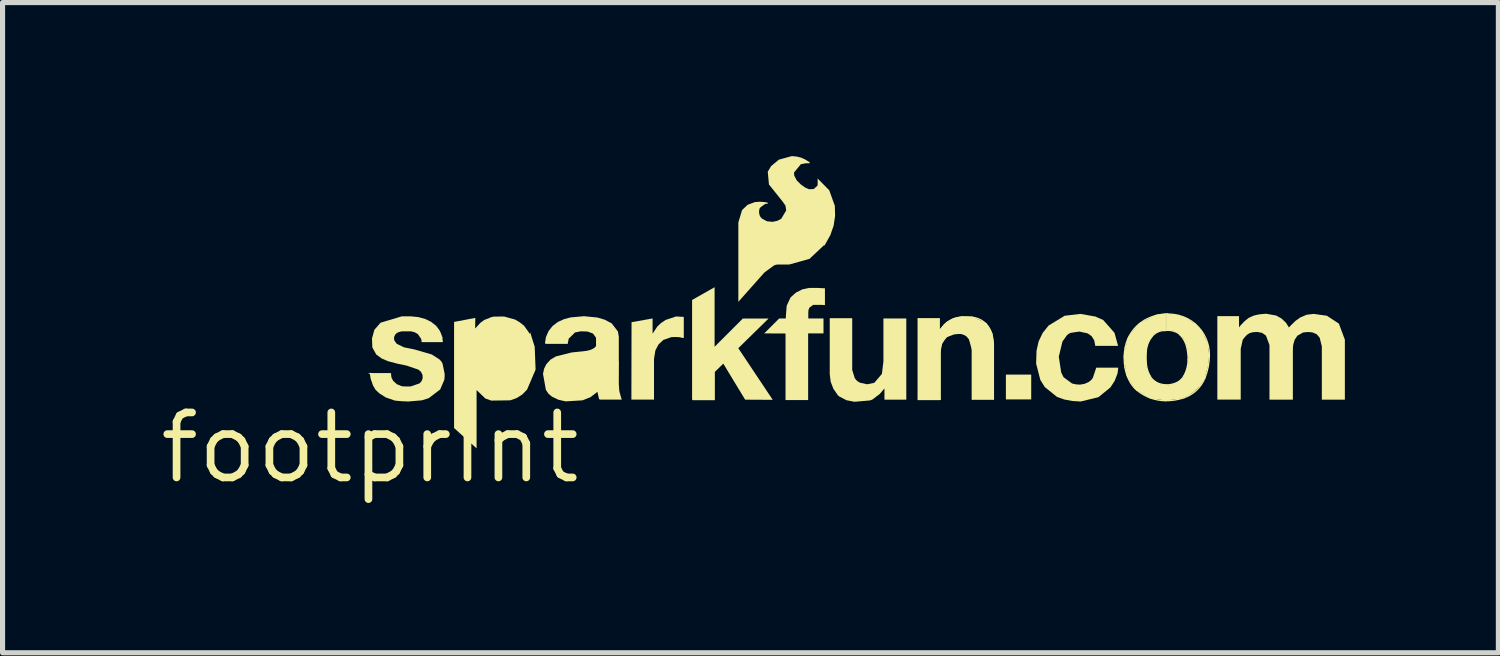
<source format=kicad_pcb>
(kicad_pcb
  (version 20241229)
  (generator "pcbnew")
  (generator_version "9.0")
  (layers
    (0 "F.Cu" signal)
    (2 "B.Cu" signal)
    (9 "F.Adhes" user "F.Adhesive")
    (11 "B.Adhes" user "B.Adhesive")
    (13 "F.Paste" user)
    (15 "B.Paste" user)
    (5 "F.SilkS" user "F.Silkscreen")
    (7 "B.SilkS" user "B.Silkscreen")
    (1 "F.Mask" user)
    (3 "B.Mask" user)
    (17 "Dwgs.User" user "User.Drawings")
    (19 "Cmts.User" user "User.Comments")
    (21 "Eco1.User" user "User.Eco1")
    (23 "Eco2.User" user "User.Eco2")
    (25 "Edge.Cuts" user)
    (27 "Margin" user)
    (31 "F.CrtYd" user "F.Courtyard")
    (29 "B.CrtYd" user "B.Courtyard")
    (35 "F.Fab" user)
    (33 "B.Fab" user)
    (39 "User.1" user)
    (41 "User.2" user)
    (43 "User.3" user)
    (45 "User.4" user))
  (footprint "footprint"
    (layer "F.Cu")
    (at 4.18 5.7)
    (property "Reference" "footprint" (at 0 0 0) (layer "F.SilkS") (effects (font (size 1.27 1.27) (thickness 0.15))))
    (fp_line (start 10.716 -2.517) (end 11.12 -2.517) (stroke (width 0.025) (type solid)) (layer "F.SilkS"))
    (fp_line (start 10.716 -0.945) (end 10.716 -2.517) (stroke (width 0.025) (type solid)) (layer "F.SilkS"))
    (fp_line (start 11.12 -2.517) (end 11.12 -2.296) (stroke (width 0.025) (type solid)) (layer "F.SilkS"))
    (fp_line (start 11.12 -2.296) (end 11.128 -2.296) (stroke (width 0.025) (type solid)) (layer "F.SilkS"))
    (fp_line (start 11.138 -1.814) (end 11.138 -0.945) (stroke (width 0.025) (type solid)) (layer "F.SilkS"))
    (fp_line (start 11.138 -0.945) (end 10.716 -0.945) (stroke (width 0.025) (type solid)) (layer "F.SilkS"))
    (fp_line (start 11.773 -0.955) (end 11.773 -1.92) (stroke (width 0.025) (type solid)) (layer "F.SilkS"))
    (fp_line (start 12.182 -2.009) (end 12.182 -0.955) (stroke (width 0.025) (type solid)) (layer "F.SilkS"))
    (fp_line (start 12.182 -0.955) (end 11.773 -0.955) (stroke (width 0.025) (type solid)) (layer "F.SilkS"))
    (fp_line (start 15.55 -2.614) (end 15.55 -2.291) (stroke (width 0.025) (type solid)) (layer "F.SilkS"))
    (fp_line (start 15.55 -2.291) (end 15.527 -2.291) (stroke (width 0.025) (type solid)) (layer "F.SilkS"))
    (fp_line (start 15.57 -2.614) (end 15.585 -2.614) (stroke (width 0.025) (type solid)) (layer "F.SilkS"))
    (fp_line (start 15.57 -2.296) (end 15.57 -2.614) (stroke (width 0.025) (type solid)) (layer "F.SilkS"))
    (fp_arc (start 11.1379 -1.8821) (mid 11.146106 -1.962214) (end 11.1684 -2.0396) (stroke (width 0.0254) (type solid)) (layer "F.SilkS"))
    (fp_arc (start 11.1379 -1.8136) (mid 11.137681 -1.84785) (end 11.1379 -1.8821) (stroke (width 0.0254) (type solid)) (layer "F.SilkS"))
    (fp_arc (start 11.1455 -2.3038) (mid 11.137379 -2.298176) (end 11.1277 -2.2962) (stroke (width 0.0254) (type solid)) (layer "F.SilkS"))
    (fp_arc (start 11.1582 -2.319) (mid 11.152103 -2.311188) (end 11.1455 -2.3038) (stroke (width 0.0254) (type solid)) (layer "F.SilkS"))
    (fp_arc (start 11.1582 -2.319) (mid 11.172158 -2.338081) (end 11.1862 -2.3571) (stroke (width 0.0254) (type solid)) (layer "F.SilkS"))
    (fp_arc (start 11.1684 -2.0396) (mid 11.206138 -2.110015) (end 11.2598 -2.1692) (stroke (width 0.0254) (type solid)) (layer "F.SilkS"))
    (fp_arc (start 11.1862 -2.3571) (mid 11.2264 -2.404414) (end 11.2725 -2.446) (stroke (width 0.0254) (type solid)) (layer "F.SilkS"))
    (fp_arc (start 11.259799 -2.1692) (mid 11.334441 -2.214452) (end 11.4198 -2.2327) (stroke (width 0.0254) (type solid)) (layer "F.SilkS"))
    (fp_arc (start 11.2725 -2.446) (mid 11.411238 -2.52384) (end 11.5672 -2.5552) (stroke (width 0.0254) (type solid)) (layer "F.SilkS"))
    (fp_arc (start 11.5316 -2.2377) (mid 11.475702 -2.235165) (end 11.4198 -2.2327) (stroke (width 0.0254) (type solid)) (layer "F.SilkS"))
    (fp_arc (start 11.5316 -2.2377) (mid 11.565101 -2.235924) (end 11.5976 -2.2276) (stroke (width 0.0254) (type solid)) (layer "F.SilkS"))
    (fp_arc (start 11.5672 -2.5552) (mid 11.667584 -2.556058) (end 11.7678 -2.5502) (stroke (width 0.0254) (type solid)) (layer "F.SilkS"))
    (fp_arc (start 11.5976 -2.2276) (mid 11.664346 -2.1894) (end 11.7145 -2.1311) (stroke (width 0.0254) (type solid)) (layer "F.SilkS"))
    (fp_arc (start 11.7145 -2.1311) (mid 11.758038 -2.02962) (end 11.7729 -1.9202) (stroke (width 0.0254) (type solid)) (layer "F.SilkS"))
    (fp_arc (start 11.7678 -2.5502) (mid 11.911985 -2.511161) (end 12.0345 -2.425699) (stroke (width 0.0254) (type solid)) (layer "F.SilkS"))
    (fp_arc (start 12.0345 -2.4257) (mid 12.104013 -2.336521) (end 12.1488 -2.232699) (stroke (width 0.0254) (type solid)) (layer "F.SilkS"))
    (fp_arc (start 12.1488 -2.2327) (mid 12.172766 -2.122002) (end 12.1818 -2.0091) (stroke (width 0.0254) (type solid)) (layer "F.SilkS"))
    (fp_arc (start 14.7523 -1.5672) (mid 14.737287 -1.759061) (end 14.7549 -1.9507) (stroke (width 0.0254) (type solid)) (layer "F.SilkS"))
    (fp_arc (start 14.7549 -1.9507) (mid 14.882786 -2.260687) (end 15.128201 -2.4892) (stroke (width 0.0254) (type solid)) (layer "F.SilkS"))
    (fp_arc (start 14.8615 -1.27) (mid 14.792796 -1.413418) (end 14.7523 -1.5672) (stroke (width 0.0254) (type solid)) (layer "F.SilkS"))
    (fp_arc (start 14.9911 -1.1201) (mid 14.919858 -1.189481) (end 14.8615 -1.27) (stroke (width 0.0254) (type solid)) (layer "F.SilkS"))
    (fp_arc (start 15.1282 -2.4892) (mid 15.331296 -2.577713) (end 15.5499 -2.6137) (stroke (width 0.0254) (type solid)) (layer "F.SilkS"))
    (fp_arc (start 15.168899 -1.8847) (mid 15.20247 -2.035022) (end 15.2781 -2.1692) (stroke (width 0.0254) (type solid)) (layer "F.SilkS"))
    (fp_arc (start 15.1714 -1.6383) (mid 15.165026 -1.761448) (end 15.1689 -1.8847) (stroke (width 0.0254) (type solid)) (layer "F.SilkS"))
    (fp_arc (start 15.24 -1.4097) (mid 15.194331 -1.520588) (end 15.1714 -1.6383) (stroke (width 0.0254) (type solid)) (layer "F.SilkS"))
    (fp_arc (start 15.278099 -2.1692) (mid 15.388433 -2.258974) (end 15.527 -2.2911) (stroke (width 0.0254) (type solid)) (layer "F.SilkS"))
    (fp_arc (start 15.428 -1.2522) (mid 15.31871 -1.312699) (end 15.24 -1.4097) (stroke (width 0.0254) (type solid)) (layer "F.SilkS"))
    (fp_arc (start 15.5423 -0.9195) (mid 15.249615 -0.972854) (end 14.9911 -1.1201) (stroke (width 0.0254) (type solid)) (layer "F.SilkS"))
    (fp_arc (start 15.5702 -2.2962) (mid 15.650001 -2.290017) (end 15.7277 -2.2708) (stroke (width 0.0254) (type solid)) (layer "F.SilkS"))
    (fp_arc (start 15.5854 -2.6137) (mid 15.698073 -2.606673) (end 15.809 -2.5857) (stroke (width 0.0254) (type solid)) (layer "F.SilkS"))
    (fp_arc (start 15.7277 -2.2708) (mid 15.783745 -2.244042) (end 15.8318 -2.2047) (stroke (width 0.0254) (type solid)) (layer "F.SilkS"))
    (fp_arc (start 15.7632 -1.2725) (mid 15.597525 -1.230563) (end 15.428 -1.2522) (stroke (width 0.0254) (type solid)) (layer "F.SilkS"))
    (fp_arc (start 15.809 -2.5857) (mid 15.978822 -2.520652) (end 16.129 -2.4181) (stroke (width 0.0254) (type solid)) (layer "F.SilkS"))
    (fp_arc (start 15.8318 -2.2047) (mid 15.910982 -2.096372) (end 15.9588 -1.971) (stroke (width 0.0254) (type solid)) (layer "F.SilkS"))
    (fp_arc (start 15.9029 -0.9754) (mid 15.724919 -0.932492) (end 15.5423 -0.9195) (stroke (width 0.0254) (type solid)) (layer "F.SilkS"))
    (fp_arc (start 15.908 -1.4097) (mid 15.846801 -1.329279) (end 15.7632 -1.2725) (stroke (width 0.0254) (type solid)) (layer "F.SilkS"))
    (fp_arc (start 15.9588 -1.971) (mid 15.980368 -1.846143) (end 15.9868 -1.7196) (stroke (width 0.0254) (type solid)) (layer "F.SilkS"))
    (fp_arc (start 15.9868 -1.7196) (mid 15.966058 -1.559906) (end 15.908 -1.4097) (stroke (width 0.0254) (type solid)) (layer "F.SilkS"))
    (fp_arc (start 16.129 -2.4181) (mid 16.333054 -2.143404) (end 16.4033 -1.808499) (stroke (width 0.0254) (type solid)) (layer "F.SilkS"))
    (fp_arc (start 16.317 -1.3665) (mid 16.153433 -1.12491) (end 15.9029 -0.9754) (stroke (width 0.0254) (type solid)) (layer "F.SilkS"))
    (fp_arc (start 16.4033 -1.8085) (mid 16.380488 -1.583529) (end 16.317 -1.3665) (stroke (width 0.0254) (type solid)) (layer "F.SilkS"))
    (fp_poly (pts (xy 12.426 -0.945) (xy 12.921 -0.945) (xy 12.921 -1.43) (xy 12.426 -1.43)) (stroke (width 0) (type solid)) (fill yes) (layer "F.SilkS"))
    (fp_poly (pts (xy 6.734 -1.974) (xy 7.285 -2.525) (xy 7.788 -2.525) (xy 7.197 -1.946) (xy 7.87 -0.937) (xy 7.331 -0.94) (xy 6.904 -1.644) (xy 6.739 -1.483) (xy 6.739 -0.93) (xy 6.307 -0.93) (xy 6.294 -0.942) (xy 6.294 -2.888) (xy 6.734 -3.138)) (stroke (width 0) (type solid)) (fill yes) (layer "F.SilkS"))
    (fp_poly (pts (xy 6.132 -2.557) (xy 6.132 -2.146) (xy 6.116 -2.146) (xy 6.107 -2.147) (xy 6.098 -2.149) (xy 6.068 -2.157) (xy 6.039 -2.162) (xy 5.963 -2.165) (xy 5.888 -2.162) (xy 5.732 -2.107) (xy 5.638 -2.019) (xy 5.577 -1.903) (xy 5.55 -1.736) (xy 5.55 -0.942) (xy 5.108 -0.942) (xy 5.111 -2.454) (xy 5.522 -2.527) (xy 5.522 -2.234) (xy 5.527 -2.236) (xy 5.544 -2.263) (xy 5.579 -2.315) (xy 5.614 -2.368) (xy 5.687 -2.438) (xy 5.778 -2.498) (xy 5.98 -2.566)) (stroke (width 0) (type solid)) (fill yes) (layer "F.SilkS"))
    (fp_poly (pts (xy 2.835 -2.506) (xy 2.927 -2.451) (xy 3.012 -2.384) (xy 3.127 -2.222) (xy 3.127 -2.264) (xy 3.219 -1.973) (xy 3.236 -1.527) (xy 3.069 -1.136) (xy 2.976 -1.041) (xy 2.865 -0.971) (xy 2.74 -0.927) (xy 2.372 -0.922) (xy 2.37 -0.922) (xy 2.254 -0.963) (xy 2.083 -1.128) (xy 2.083 0.011) (xy 1.643 -0.386) (xy 1.643 -2.459) (xy 2.058 -2.538) (xy 2.055 -2.331) (xy 2.068 -2.345) (xy 2.158 -2.443) (xy 2.234 -2.498) (xy 2.369 -2.552) (xy 2.419 -2.563) (xy 2.62 -2.565)) (stroke (width 0) (type solid)) (fill yes) (layer "F.SilkS"))
    (fp_poly (pts (xy 8.809 -3.12) (xy 8.875 -3.117) (xy 8.89 -3.117) (xy 8.89 -2.789) (xy 8.869 -2.789) (xy 8.841 -2.792) (xy 8.66 -2.792) (xy 8.588 -2.74) (xy 8.571 -2.7) (xy 8.565 -2.653) (xy 8.565 -2.527) (xy 8.862 -2.527) (xy 8.862 -2.235) (xy 8.562 -2.235) (xy 8.562 -0.932) (xy 8.12 -0.932) (xy 8.12 -2.233) (xy 7.704 -2.235) (xy 7.996 -2.527) (xy 8.126 -2.527) (xy 8.126 -2.561) (xy 8.143 -2.777) (xy 8.219 -2.939) (xy 8.324 -3.033) (xy 8.45 -3.096) (xy 8.586 -3.124) (xy 8.743 -3.124)) (stroke (width 0) (type solid)) (fill yes) (layer "F.SilkS"))
    (fp_poly (pts (xy 9.423 -1.521) (xy 9.473 -1.36) (xy 9.516 -1.308) (xy 9.573 -1.272) (xy 9.714 -1.241) (xy 9.854 -1.269) (xy 10.003 -1.443) (xy 10.033 -1.685) (xy 10.033 -2.527) (xy 10.48 -2.527) (xy 10.48 -0.94) (xy 10.053 -0.94) (xy 10.053 -1.16) (xy 9.962 -1.052) (xy 9.824 -0.947) (xy 9.797 -0.934) (xy 9.769 -0.925) (xy 9.468 -0.899) (xy 9.311 -0.929) (xy 9.174 -1.001) (xy 9.173 -1.001) (xy 9.155 -1.015) (xy 9.142 -1.028) (xy 9.056 -1.151) (xy 9.002 -1.291) (xy 8.984 -1.439) (xy 8.984 -2.532) (xy 9.423 -2.532)) (stroke (width 0) (type solid)) (fill yes) (layer "F.SilkS"))
    (fp_poly (pts (xy 11.771 -2.563) (xy 12.043 -2.436) (xy 12.161 -2.237) (xy 12.194 -2.01) (xy 12.194 -0.942) (xy 11.76 -0.942) (xy 11.76 -1.918) (xy 11.703 -2.125) (xy 11.656 -2.179) (xy 11.593 -2.215) (xy 11.531 -2.225) (xy 11.476 -2.222) (xy 11.422 -2.22) (xy 11.268 -2.159) (xy 11.18 -2.035) (xy 11.151 -1.881) (xy 11.151 -0.932) (xy 10.704 -0.932) (xy 10.704 -2.53) (xy 11.133 -2.53) (xy 11.133 -2.31) (xy 11.137 -2.313) (xy 11.148 -2.327) (xy 11.162 -2.346) (xy 11.176 -2.365) (xy 11.217 -2.413) (xy 11.265 -2.456) (xy 11.407 -2.536) (xy 11.566 -2.568)) (stroke (width 0) (type solid)) (fill yes) (layer "F.SilkS"))
    (fp_poly (pts (xy 14.182 -2.563) (xy 14.182 -2.561) (xy 14.327 -2.497) (xy 14.548 -2.247) (xy 14.619 -1.991) (xy 14.171 -1.991) (xy 14.171 -2.005) (xy 14.152 -2.1) (xy 14.101 -2.181) (xy 14.023 -2.236) (xy 13.86 -2.271) (xy 13.694 -2.246) (xy 13.653 -2.227) (xy 13.619 -2.199) (xy 13.531 -2.075) (xy 13.46 -1.78) (xy 13.507 -1.472) (xy 13.552 -1.38) (xy 13.719 -1.256) (xy 13.796 -1.239) (xy 13.875 -1.234) (xy 13.963 -1.249) (xy 14.045 -1.286) (xy 14.089 -1.32) (xy 14.124 -1.363) (xy 14.192 -1.565) (xy 14.62 -1.565) (xy 14.62 -1.546) (xy 14.607 -1.45) (xy 14.552 -1.308) (xy 14.469 -1.18) (xy 14.235 -0.989) (xy 13.887 -0.904) (xy 13.726 -0.914) (xy 13.568 -0.943) (xy 13.424 -0.995) (xy 13.188 -1.185) (xy 13.099 -1.326) (xy 13.017 -1.644) (xy 13.025 -1.895) (xy 13.025 -1.896) (xy 13.065 -2.077) (xy 13.145 -2.244) (xy 13.261 -2.389) (xy 13.575 -2.58) (xy 13.884 -2.616)) (stroke (width 0) (type solid)) (fill yes) (layer "F.SilkS"))
    (fp_poly (pts (xy 1.202 -2.29) (xy 1.414 -2.156) (xy 1.424 -2.065) (xy 1.01 -2.065) (xy 1.001 -2.126) (xy 0.936 -2.221) (xy 0.872 -2.258) (xy 0.799 -2.276) (xy 0.629 -2.276) (xy 0.584 -2.267) (xy 0.542 -2.252) (xy 0.512 -2.232) (xy 0.489 -2.206) (xy 0.469 -2.153) (xy 0.475 -2.098) (xy 0.522 -2.032) (xy 0.664 -1.963) (xy 0.867 -1.922) (xy 1.207 -1.823) (xy 1.354 -1.729) (xy 1.39 -1.692) (xy 1.417 -1.648) (xy 1.46 -1.44) (xy 1.448 -1.438) (xy 1.46 -1.437) (xy 1.458 -1.385) (xy 1.453 -1.33) (xy 1.372 -1.14) (xy 1.149 -0.97) (xy 1.013 -0.927) (xy 0.747 -0.904) (xy 0.617 -0.91) (xy 0.487 -0.922) (xy 0.307 -0.984) (xy 0.185 -1.062) (xy 0.109 -1.132) (xy 0.057 -1.222) (xy 0.013 -1.351) (xy 0.003 -1.411) (xy -0.002 -1.469) (xy 0.738 -1.103) (xy 1.121 -1.189) (xy 1.224 -1.498) (xy 0.809 -1.724) (xy 0.364 -1.988) (xy 0.308 -2.311) (xy 0.742 -2.424)) (stroke (width 0) (type solid)) (fill yes) (layer "F.SilkS"))
    (fp_poly (pts (xy 15.55 -2.61) (xy 15.55 -2.298) (xy 15.429 -2.281) (xy 15.315 -2.218) (xy 15.236 -2.109) (xy 15.196 -2.021) (xy 15.169 -1.873) (xy 15.164 -1.687) (xy 15.181 -1.562) (xy 15.219 -1.448) (xy 15.273 -1.345) (xy 15.437 -1.244) (xy 15.612 -1.222) (xy 15.787 -1.281) (xy 15.895 -1.379) (xy 15.949 -1.5) (xy 15.987 -1.655) (xy 15.987 -1.797) (xy 15.962 -1.99) (xy 15.887 -2.152) (xy 15.804 -2.232) (xy 15.709 -2.284) (xy 15.59 -2.294) (xy 15.567 -2.294) (xy 15.573 -2.618) (xy 15.789 -2.591) (xy 15.954 -2.534) (xy 16.155 -2.395) (xy 16.267 -2.265) (xy 16.372 -2.028) (xy 16.401 -1.806) (xy 16.375 -1.593) (xy 16.306 -1.344) (xy 16.223 -1.211) (xy 16.101 -1.095) (xy 15.988 -1.015) (xy 15.799 -0.95) (xy 15.545 -0.925) (xy 15.241 -0.966) (xy 14.951 -1.146) (xy 14.788 -1.4) (xy 14.727 -1.794) (xy 14.809 -2.154) (xy 15.026 -2.431) (xy 15.368 -2.601) (xy 15.519 -2.619) (xy 15.527 -2.619)) (stroke (width 0) (type solid)) (fill yes) (layer "F.SilkS"))
    (fp_poly (pts (xy 0.803 -2.568) (xy 0.944 -2.554) (xy 1.082 -2.516) (xy 1.194 -2.461) (xy 1.292 -2.384) (xy 1.357 -2.298) (xy 1.377 -2.258) (xy 1.394 -2.217) (xy 1.417 -2.152) (xy 1.354 -2.105) (xy 1.152 -2.254) (xy 0.736 -2.387) (xy 0.373 -2.277) (xy 0.418 -2.02) (xy 1.242 -1.541) (xy 1.263 -1.497) (xy 1.148 -1.152) (xy 0.725 -1.058) (xy -0.039 -1.46) (xy 0.411 -1.46) (xy 0.411 -1.443) (xy 0.42 -1.37) (xy 0.455 -1.306) (xy 0.524 -1.243) (xy 0.611 -1.206) (xy 0.638 -1.201) (xy 0.666 -1.199) (xy 0.733 -1.198) (xy 0.798 -1.199) (xy 0.968 -1.258) (xy 1.008 -1.302) (xy 1.029 -1.358) (xy 1.026 -1.425) (xy 0.996 -1.485) (xy 0.944 -1.528) (xy 0.715 -1.606) (xy 0.533 -1.644) (xy 0.351 -1.692) (xy 0.23 -1.744) (xy 0.122 -1.823) (xy 0.046 -1.96) (xy 0.046 -1.963) (xy 0.039 -2.135) (xy 0.084 -2.3) (xy 0.084 -2.303) (xy 0.206 -2.444) (xy 0.62 -2.568) (xy 0.712 -2.569)) (stroke (width 0) (type solid)) (fill yes) (layer "F.SilkS"))
    (fp_poly (pts (xy 17.715 -2.583) (xy 17.715 -2.58) (xy 17.812 -2.526) (xy 17.9 -2.443) (xy 17.957 -2.351) (xy 17.961 -2.356) (xy 18.007 -2.404) (xy 18.087 -2.481) (xy 18.178 -2.546) (xy 18.304 -2.6) (xy 18.441 -2.616) (xy 18.699 -2.58) (xy 18.933 -2.426) (xy 19.05 -2.113) (xy 19.05 -0.94) (xy 18.6 -0.94) (xy 18.6 -1.98) (xy 18.558 -2.15) (xy 18.498 -2.22) (xy 18.412 -2.256) (xy 18.322 -2.262) (xy 18.234 -2.253) (xy 18.122 -2.19) (xy 18.069 -2.109) (xy 18.041 -2.014) (xy 18.036 -1.96) (xy 18.034 -1.905) (xy 18.034 -0.94) (xy 17.577 -0.94) (xy 17.577 -2.007) (xy 17.508 -2.192) (xy 17.433 -2.246) (xy 17.34 -2.263) (xy 17.298 -2.261) (xy 17.256 -2.258) (xy 17.191 -2.242) (xy 17.135 -2.205) (xy 17.093 -2.16) (xy 17.055 -2.113) (xy 17.015 -1.934) (xy 17.015 -0.942) (xy 16.558 -0.942) (xy 16.558 -2.573) (xy 16.982 -2.573) (xy 16.982 -2.355) (xy 16.985 -2.356) (xy 17.016 -2.396) (xy 17.093 -2.476) (xy 17.171 -2.538) (xy 17.263 -2.58) (xy 17.318 -2.595) (xy 17.374 -2.606) (xy 17.443 -2.614) (xy 17.514 -2.619)) (stroke (width 0) (type solid)) (fill yes) (layer "F.SilkS"))
    (fp_poly (pts (xy 4.445 -2.545) (xy 4.589 -2.502) (xy 4.723 -2.431) (xy 4.845 -2.272) (xy 4.86 -2.182) (xy 4.862 -2.182) (xy 4.862 -1.689) (xy 4.864 -1.689) (xy 4.862 -1.243) (xy 4.872 -1.109) (xy 4.907 -0.979) (xy 4.92 -0.942) (xy 4.495 -0.942) (xy 4.477 -0.951) (xy 4.472 -0.971) (xy 4.468 -0.985) (xy 4.446 -1.085) (xy 4.44 -1.09) (xy 4.439 -1.089) (xy 4.309 -0.989) (xy 4.153 -0.927) (xy 3.824 -0.907) (xy 3.684 -0.938) (xy 3.554 -1) (xy 3.487 -1.057) (xy 3.437 -1.131) (xy 3.381 -1.444) (xy 3.381 -1.447) (xy 3.402 -1.544) (xy 3.446 -1.633) (xy 3.528 -1.723) (xy 3.632 -1.785) (xy 3.937 -1.862) (xy 4.049 -1.874) (xy 4.159 -1.885) (xy 4.225 -1.893) (xy 4.289 -1.907) (xy 4.336 -1.924) (xy 4.379 -1.948) (xy 4.407 -1.974) (xy 4.413 -1.983) (xy 4.417 -1.991) (xy 4.417 -2.15) (xy 4.358 -2.232) (xy 4.254 -2.271) (xy 4.188 -2.274) (xy 4.121 -2.276) (xy 4.007 -2.254) (xy 3.883 -2.132) (xy 3.866 -2.046) (xy 3.866 -2.03) (xy 3.429 -2.03) (xy 3.429 -2.04) (xy 3.419 -2.042) (xy 3.439 -2.166) (xy 3.491 -2.283) (xy 3.571 -2.383) (xy 3.674 -2.46) (xy 3.792 -2.513) (xy 3.917 -2.547) (xy 4.181 -2.571)) (stroke (width 0) (type solid)) (fill yes) (layer "F.SilkS"))
    (fp_poly (pts (xy 8.337 -5.691) (xy 8.426 -5.669) (xy 8.439 -5.664) (xy 8.451 -5.658) (xy 8.468 -5.649) (xy 8.487 -5.643) (xy 8.583 -5.585) (xy 8.59 -5.585) (xy 8.59 -5.56) (xy 8.518 -5.56) (xy 8.419 -5.541) (xy 8.286 -5.378) (xy 8.29 -5.32) (xy 8.339 -5.225) (xy 8.416 -5.148) (xy 8.505 -5.084) (xy 8.58 -5.052) (xy 8.662 -5.055) (xy 8.67 -5.057) (xy 8.677 -5.06) (xy 8.742 -5.12) (xy 8.748 -5.143) (xy 8.748 -5.261) (xy 8.975 -5.031) (xy 9.079 -4.74) (xy 9.083 -4.74) (xy 9.089 -4.533) (xy 9.06 -4.34) (xy 8.996 -4.156) (xy 8.877 -3.944) (xy 8.877 -3.963) (xy 8.589 -3.692) (xy 8.193 -3.581) (xy 7.964 -3.581) (xy 7.927 -3.575) (xy 7.893 -3.562) (xy 7.707 -3.425) (xy 7.198 -2.852) (xy 7.198 -4.404) (xy 7.271 -4.645) (xy 7.379 -4.748) (xy 7.518 -4.8) (xy 7.615 -4.808) (xy 7.71 -4.801) (xy 7.771 -4.791) (xy 7.769 -4.767) (xy 7.733 -4.768) (xy 7.713 -4.759) (xy 7.632 -4.7) (xy 7.612 -4.674) (xy 7.601 -4.611) (xy 7.612 -4.548) (xy 7.632 -4.508) (xy 7.663 -4.476) (xy 7.758 -4.426) (xy 7.863 -4.415) (xy 7.954 -4.433) (xy 8.035 -4.473) (xy 8.133 -4.638) (xy 8.119 -4.732) (xy 8.062 -4.813) (xy 7.796 -5.146) (xy 7.773 -5.394) (xy 7.838 -5.504) (xy 7.84 -5.506) (xy 7.99 -5.63) (xy 8.244 -5.7)) (stroke (width 0) (type solid)) (fill yes) (layer "F.SilkS")))
  (gr_rect
    (start -3 -3)
    (end 26.23 9.706)
    (stroke (width 0.1) (type default))
    (fill no)
    (layer "Edge.Cuts")))
</source>
